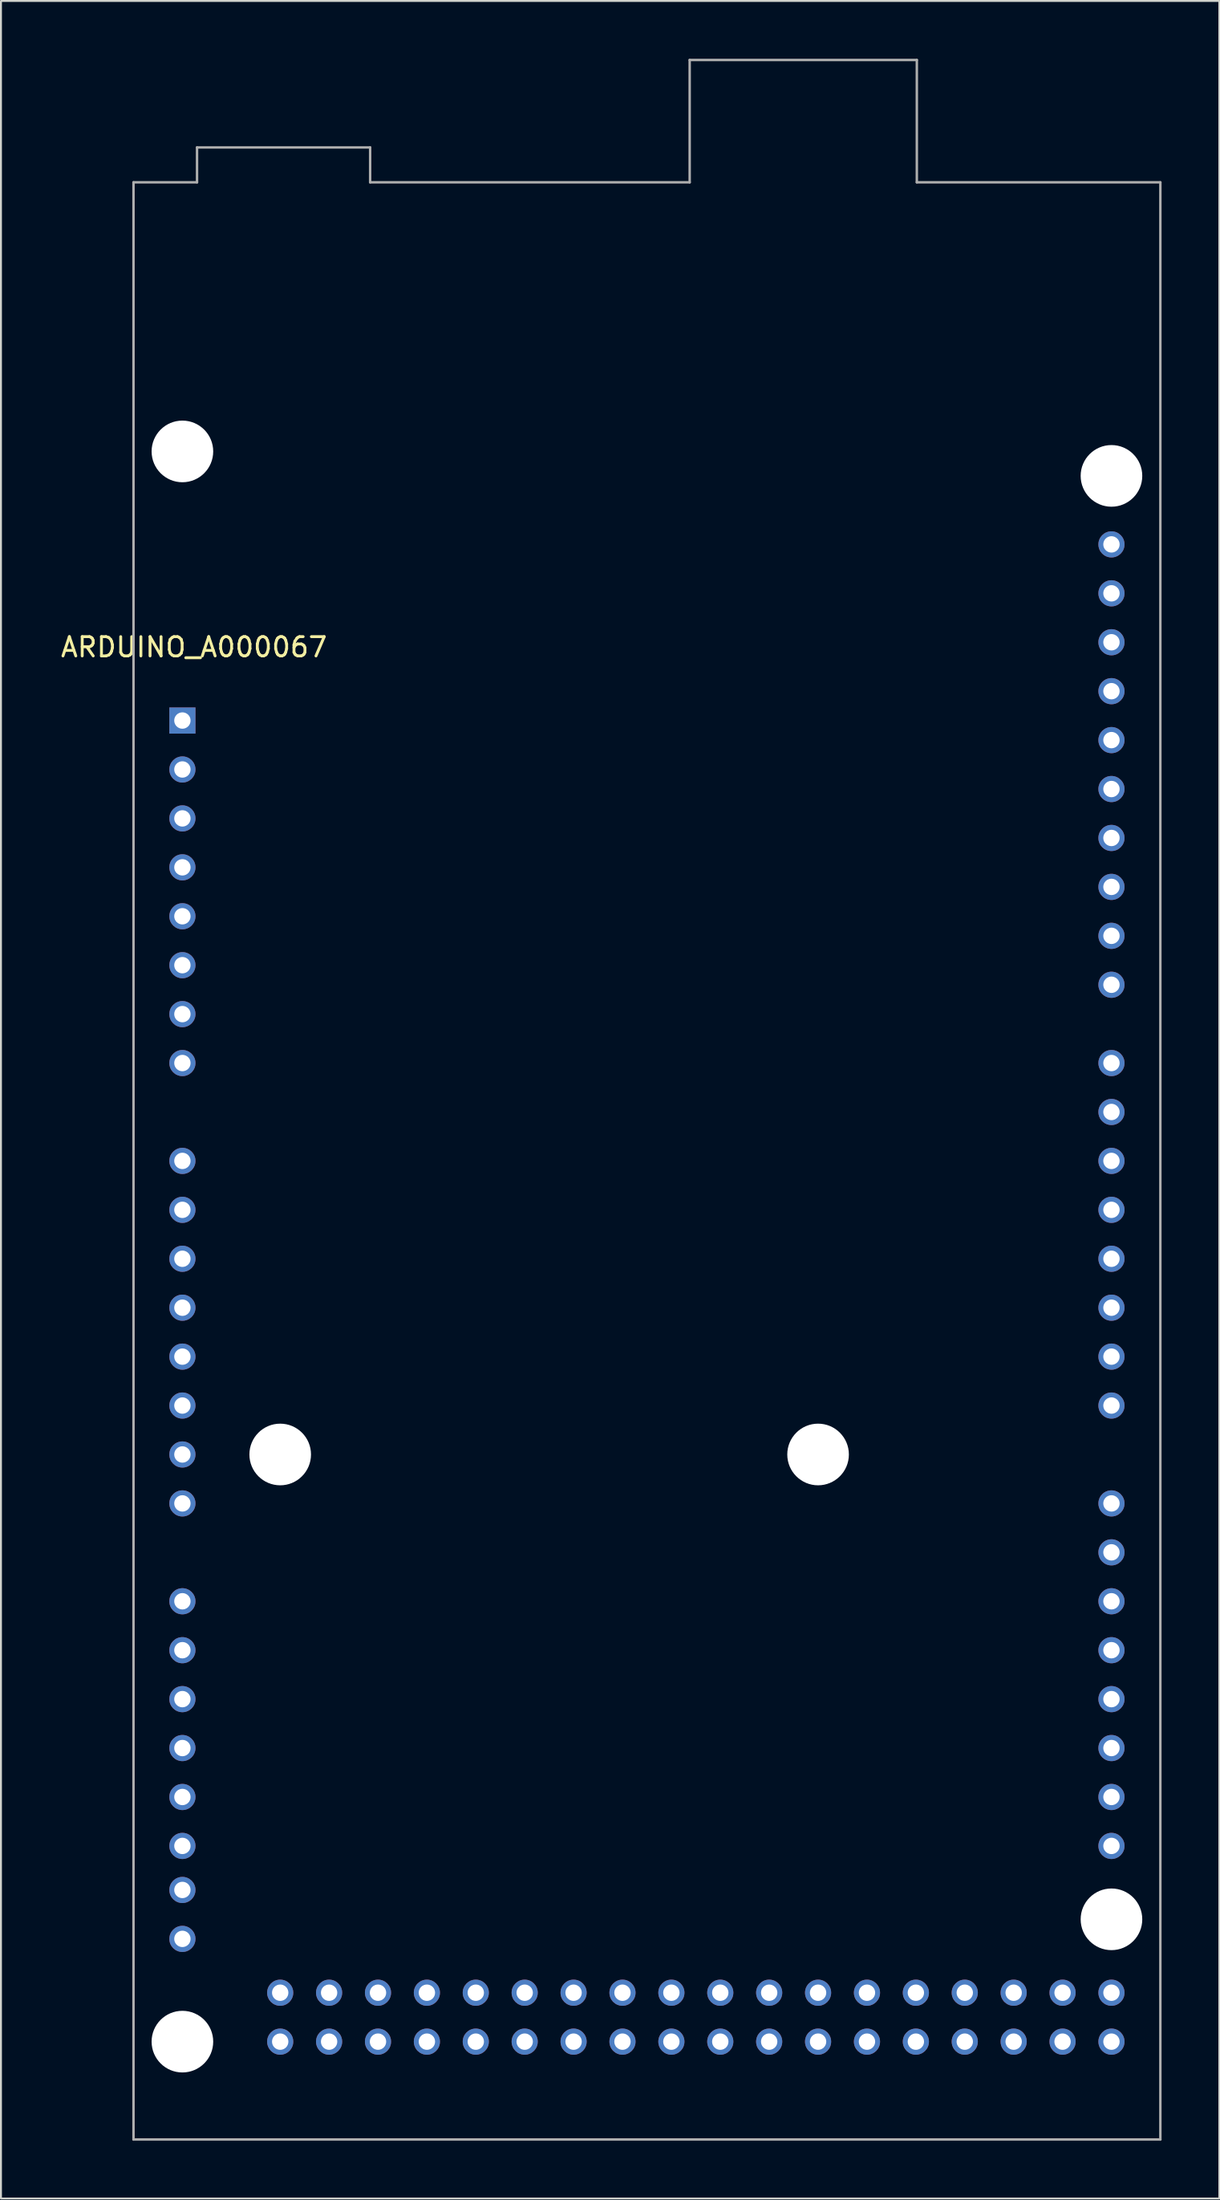
<source format=kicad_pcb>
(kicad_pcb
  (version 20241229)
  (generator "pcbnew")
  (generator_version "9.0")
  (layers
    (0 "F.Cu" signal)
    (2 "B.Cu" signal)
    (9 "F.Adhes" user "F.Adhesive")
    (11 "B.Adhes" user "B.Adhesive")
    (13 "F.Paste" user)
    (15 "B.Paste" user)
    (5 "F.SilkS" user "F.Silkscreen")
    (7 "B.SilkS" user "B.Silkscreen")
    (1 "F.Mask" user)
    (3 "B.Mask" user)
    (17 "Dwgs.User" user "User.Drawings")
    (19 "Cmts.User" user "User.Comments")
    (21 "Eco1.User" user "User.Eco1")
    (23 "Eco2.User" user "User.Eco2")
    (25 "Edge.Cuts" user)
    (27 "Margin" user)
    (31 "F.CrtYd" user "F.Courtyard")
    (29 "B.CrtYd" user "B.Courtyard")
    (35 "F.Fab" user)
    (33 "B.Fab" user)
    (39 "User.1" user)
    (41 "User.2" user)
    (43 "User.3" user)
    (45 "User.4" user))
  (footprint "ARDUINO_A000067"
    (layer "F.Cu")
    (at 30.555 57.214)
    (property "Reference" "ARDUINO_A000067" (at -23.525 -26.67 0) (layer "F.SilkS") (effects (font (size 1 1) (thickness 0.15))))
    (attr through_hole)
    (fp_line (start -26.67 -50.8) (end -23.37 -50.8) (stroke (width 0.127) (type solid)) (layer "F.Fab"))
    (fp_line (start -26.67 50.8) (end -26.67 -50.8) (stroke (width 0.127) (type solid)) (layer "F.Fab"))
    (fp_line (start -23.37 -52.61) (end -14.378 -52.61) (stroke (width 0.127) (type solid)) (layer "F.Fab"))
    (fp_line (start -23.37 -50.8) (end -23.37 -52.61) (stroke (width 0.127) (type solid)) (layer "F.Fab"))
    (fp_line (start -14.378 -52.61) (end -14.378 -50.8) (stroke (width 0.127) (type solid)) (layer "F.Fab"))
    (fp_line (start -14.378 -50.8) (end 2.22 -50.8) (stroke (width 0.127) (type solid)) (layer "F.Fab"))
    (fp_line (start 2.22 -57.15) (end 2.22 -50.8) (stroke (width 0.127) (type solid)) (layer "F.Fab"))
    (fp_line (start 14.02 -57.15) (end 2.22 -57.15) (stroke (width 0.127) (type solid)) (layer "F.Fab"))
    (fp_line (start 14.02 -50.8) (end 14.02 -57.15) (stroke (width 0.127) (type solid)) (layer "F.Fab"))
    (fp_line (start 14.02 -50.8) (end 26.67 -50.8) (stroke (width 0.127) (type solid)) (layer "F.Fab"))
    (fp_line (start 26.67 -50.8) (end 26.67 50.8) (stroke (width 0.127) (type solid)) (layer "F.Fab"))
    (fp_line (start 26.67 50.8) (end -26.67 50.8) (stroke (width 0.127) (type solid)) (layer "F.Fab"))
    (pad "" np_thru_hole circle (at -24.13 -36.83) (size 3.2 3.2) (drill 3.2) (layers "*.Cu" "*.Mask"))
    (pad "" np_thru_hole circle (at -24.13 45.72) (size 3.2 3.2) (drill 3.2) (layers "*.Cu" "*.Mask"))
    (pad "" np_thru_hole circle (at -19.05 15.24) (size 3.2 3.2) (drill 3.2) (layers "*.Cu" "*.Mask"))
    (pad "" np_thru_hole circle (at 8.89 15.24) (size 3.2 3.2) (drill 3.2) (layers "*.Cu" "*.Mask"))
    (pad "" np_thru_hole circle (at 24.13 -35.56) (size 3.2 3.2) (drill 3.2) (layers "*.Cu" "*.Mask"))
    (pad "" np_thru_hole circle (at 24.13 39.37) (size 3.2 3.2) (drill 3.2) (layers "*.Cu" "*.Mask"))
    (pad "0" thru_hole circle (at 24.13 12.7) (size 1.358 1.358) (drill 0.85) (layers "*.Cu" "*.Mask"))
    (pad "1" thru_hole circle (at 24.13 10.16) (size 1.358 1.358) (drill 0.85) (layers "*.Cu" "*.Mask"))
    (pad "2" thru_hole circle (at 24.13 7.62) (size 1.358 1.358) (drill 0.85) (layers "*.Cu" "*.Mask"))
    (pad "3" thru_hole circle (at 24.13 5.08) (size 1.358 1.358) (drill 0.85) (layers "*.Cu" "*.Mask"))
    (pad "3V3" thru_hole circle (at -24.13 -15.24) (size 1.358 1.358) (drill 0.85) (layers "*.Cu" "*.Mask"))
    (pad "4" thru_hole circle (at 24.13 2.54) (size 1.358 1.358) (drill 0.85) (layers "*.Cu" "*.Mask"))
    (pad "5" thru_hole circle (at 24.13 0) (size 1.358 1.358) (drill 0.85) (layers "*.Cu" "*.Mask"))
    (pad "5V_1" thru_hole circle (at -24.13 -12.7) (size 1.358 1.358) (drill 0.85) (layers "*.Cu" "*.Mask"))
    (pad "5V_2" thru_hole circle (at 24.13 43.18) (size 1.358 1.358) (drill 0.85) (layers "*.Cu" "*.Mask"))
    (pad "5V_3" thru_hole circle (at 24.13 45.72) (size 1.358 1.358) (drill 0.85) (layers "*.Cu" "*.Mask"))
    (pad "6" thru_hole circle (at 24.13 -2.54) (size 1.358 1.358) (drill 0.85) (layers "*.Cu" "*.Mask"))
    (pad "7" thru_hole circle (at 24.13 -5.08) (size 1.358 1.358) (drill 0.85) (layers "*.Cu" "*.Mask"))
    (pad "8" thru_hole circle (at 24.13 -9.144) (size 1.358 1.358) (drill 0.85) (layers "*.Cu" "*.Mask"))
    (pad "9" thru_hole circle (at 24.13 -11.684) (size 1.358 1.358) (drill 0.85) (layers "*.Cu" "*.Mask"))
    (pad "10" thru_hole circle (at 24.13 -14.224) (size 1.358 1.358) (drill 0.85) (layers "*.Cu" "*.Mask"))
    (pad "11" thru_hole circle (at 24.13 -16.764) (size 1.358 1.358) (drill 0.85) (layers "*.Cu" "*.Mask"))
    (pad "12" thru_hole circle (at 24.13 -19.304) (size 1.358 1.358) (drill 0.85) (layers "*.Cu" "*.Mask"))
    (pad "13" thru_hole circle (at 24.13 -21.844) (size 1.358 1.358) (drill 0.85) (layers "*.Cu" "*.Mask"))
    (pad "14" thru_hole circle (at 24.13 17.78) (size 1.358 1.358) (drill 0.85) (layers "*.Cu" "*.Mask"))
    (pad "15" thru_hole circle (at 24.13 20.32) (size 1.358 1.358) (drill 0.85) (layers "*.Cu" "*.Mask"))
    (pad "16" thru_hole circle (at 24.13 22.86) (size 1.358 1.358) (drill 0.85) (layers "*.Cu" "*.Mask"))
    (pad "17" thru_hole circle (at 24.13 25.4) (size 1.358 1.358) (drill 0.85) (layers "*.Cu" "*.Mask"))
    (pad "18" thru_hole circle (at 24.13 27.94) (size 1.358 1.358) (drill 0.85) (layers "*.Cu" "*.Mask"))
    (pad "19" thru_hole circle (at 24.13 30.48) (size 1.358 1.358) (drill 0.85) (layers "*.Cu" "*.Mask"))
    (pad "20" thru_hole circle (at 24.13 33.02) (size 1.358 1.358) (drill 0.85) (layers "*.Cu" "*.Mask"))
    (pad "21" thru_hole circle (at 24.13 35.56) (size 1.358 1.358) (drill 0.85) (layers "*.Cu" "*.Mask"))
    (pad "22" thru_hole circle (at 21.59 43.18) (size 1.358 1.358) (drill 0.85) (layers "*.Cu" "*.Mask"))
    (pad "23" thru_hole circle (at 21.59 45.72) (size 1.358 1.358) (drill 0.85) (layers "*.Cu" "*.Mask"))
    (pad "24" thru_hole circle (at 19.05 43.18) (size 1.358 1.358) (drill 0.85) (layers "*.Cu" "*.Mask"))
    (pad "25" thru_hole circle (at 19.05 45.72) (size 1.358 1.358) (drill 0.85) (layers "*.Cu" "*.Mask"))
    (pad "26" thru_hole circle (at 16.51 43.18) (size 1.358 1.358) (drill 0.85) (layers "*.Cu" "*.Mask"))
    (pad "27" thru_hole circle (at 16.51 45.72) (size 1.358 1.358) (drill 0.85) (layers "*.Cu" "*.Mask"))
    (pad "28" thru_hole circle (at 13.97 43.18) (size 1.358 1.358) (drill 0.85) (layers "*.Cu" "*.Mask"))
    (pad "29" thru_hole circle (at 13.97 45.72) (size 1.358 1.358) (drill 0.85) (layers "*.Cu" "*.Mask"))
    (pad "30" thru_hole circle (at 11.43 43.18) (size 1.358 1.358) (drill 0.85) (layers "*.Cu" "*.Mask"))
    (pad "31" thru_hole circle (at 11.43 45.72) (size 1.358 1.358) (drill 0.85) (layers "*.Cu" "*.Mask"))
    (pad "32" thru_hole circle (at 8.89 43.18) (size 1.358 1.358) (drill 0.85) (layers "*.Cu" "*.Mask"))
    (pad "33" thru_hole circle (at 8.89 45.72) (size 1.358 1.358) (drill 0.85) (layers "*.Cu" "*.Mask"))
    (pad "34" thru_hole circle (at 6.35 43.18) (size 1.358 1.358) (drill 0.85) (layers "*.Cu" "*.Mask"))
    (pad "35" thru_hole circle (at 6.35 45.72) (size 1.358 1.358) (drill 0.85) (layers "*.Cu" "*.Mask"))
    (pad "36" thru_hole circle (at 3.81 43.18) (size 1.358 1.358) (drill 0.85) (layers "*.Cu" "*.Mask"))
    (pad "37" thru_hole circle (at 3.81 45.72) (size 1.358 1.358) (drill 0.85) (layers "*.Cu" "*.Mask"))
    (pad "38" thru_hole circle (at 1.27 43.18) (size 1.358 1.358) (drill 0.85) (layers "*.Cu" "*.Mask"))
    (pad "39" thru_hole circle (at 1.27 45.72) (size 1.358 1.358) (drill 0.85) (layers "*.Cu" "*.Mask"))
    (pad "40" thru_hole circle (at -1.27 43.18) (size 1.358 1.358) (drill 0.85) (layers "*.Cu" "*.Mask"))
    (pad "41" thru_hole circle (at -1.27 45.72) (size 1.358 1.358) (drill 0.85) (layers "*.Cu" "*.Mask"))
    (pad "42" thru_hole circle (at -3.81 43.18) (size 1.358 1.358) (drill 0.85) (layers "*.Cu" "*.Mask"))
    (pad "43" thru_hole circle (at -3.81 45.72) (size 1.358 1.358) (drill 0.85) (layers "*.Cu" "*.Mask"))
    (pad "44" thru_hole circle (at -6.35 43.18) (size 1.358 1.358) (drill 0.85) (layers "*.Cu" "*.Mask"))
    (pad "45" thru_hole circle (at -6.35 45.72) (size 1.358 1.358) (drill 0.85) (layers "*.Cu" "*.Mask"))
    (pad "46" thru_hole circle (at -8.89 43.18) (size 1.358 1.358) (drill 0.85) (layers "*.Cu" "*.Mask"))
    (pad "47" thru_hole circle (at -8.89 45.72) (size 1.358 1.358) (drill 0.85) (layers "*.Cu" "*.Mask"))
    (pad "48" thru_hole circle (at -11.43 43.18) (size 1.358 1.358) (drill 0.85) (layers "*.Cu" "*.Mask"))
    (pad "49" thru_hole circle (at -11.43 45.72) (size 1.358 1.358) (drill 0.85) (layers "*.Cu" "*.Mask"))
    (pad "50" thru_hole circle (at -13.97 43.18) (size 1.358 1.358) (drill 0.85) (layers "*.Cu" "*.Mask"))
    (pad "51" thru_hole circle (at -13.97 45.72) (size 1.358 1.358) (drill 0.85) (layers "*.Cu" "*.Mask"))
    (pad "52" thru_hole circle (at -16.51 43.18) (size 1.358 1.358) (drill 0.85) (layers "*.Cu" "*.Mask"))
    (pad "53" thru_hole circle (at -16.51 45.72) (size 1.358 1.358) (drill 0.85) (layers "*.Cu" "*.Mask"))
    (pad "AD0" thru_hole circle (at -24.13 0) (size 1.358 1.358) (drill 0.85) (layers "*.Cu" "*.Mask"))
    (pad "AD1" thru_hole circle (at -24.13 2.54) (size 1.358 1.358) (drill 0.85) (layers "*.Cu" "*.Mask"))
    (pad "AD2" thru_hole circle (at -24.13 5.08) (size 1.358 1.358) (drill 0.85) (layers "*.Cu" "*.Mask"))
    (pad "AD3" thru_hole circle (at -24.13 7.62) (size 1.358 1.358) (drill 0.85) (layers "*.Cu" "*.Mask"))
    (pad "AD4" thru_hole circle (at -24.13 10.16) (size 1.358 1.358) (drill 0.85) (layers "*.Cu" "*.Mask"))
    (pad "AD5" thru_hole circle (at -24.13 12.7) (size 1.358 1.358) (drill 0.85) (layers "*.Cu" "*.Mask"))
    (pad "AD6" thru_hole circle (at -24.13 15.24) (size 1.358 1.358) (drill 0.85) (layers "*.Cu" "*.Mask"))
    (pad "AD7" thru_hole circle (at -24.13 17.78) (size 1.358 1.358) (drill 0.85) (layers "*.Cu" "*.Mask"))
    (pad "AD8" thru_hole circle (at -24.13 22.86) (size 1.358 1.358) (drill 0.85) (layers "*.Cu" "*.Mask"))
    (pad "AD9" thru_hole circle (at -24.13 25.4) (size 1.358 1.358) (drill 0.85) (layers "*.Cu" "*.Mask"))
    (pad "AD10" thru_hole circle (at -24.13 27.94) (size 1.358 1.358) (drill 0.85) (layers "*.Cu" "*.Mask"))
    (pad "AD11" thru_hole circle (at -24.13 30.48) (size 1.358 1.358) (drill 0.85) (layers "*.Cu" "*.Mask"))
    (pad "AD12" thru_hole circle (at -24.13 33.02) (size 1.358 1.358) (drill 0.85) (layers "*.Cu" "*.Mask"))
    (pad "AD13" thru_hole circle (at -24.13 35.56) (size 1.358 1.358) (drill 0.85) (layers "*.Cu" "*.Mask"))
    (pad "AD14" thru_hole circle (at -24.13 37.846) (size 1.358 1.358) (drill 0.85) (layers "*.Cu" "*.Mask"))
    (pad "AD15" thru_hole circle (at -24.13 40.386) (size 1.358 1.358) (drill 0.85) (layers "*.Cu" "*.Mask"))
    (pad "AREF" thru_hole circle (at 24.13 -26.924) (size 1.358 1.358) (drill 0.85) (layers "*.Cu" "*.Mask"))
    (pad "GND1" thru_hole circle (at -24.13 -10.16) (size 1.358 1.358) (drill 0.85) (layers "*.Cu" "*.Mask"))
    (pad "GND2" thru_hole circle (at -24.13 -7.62) (size 1.358 1.358) (drill 0.85) (layers "*.Cu" "*.Mask"))
    (pad "GND3" thru_hole circle (at 24.13 -24.384) (size 1.358 1.358) (drill 0.85) (layers "*.Cu" "*.Mask"))
    (pad "GND4" thru_hole circle (at -19.05 43.18) (size 1.358 1.358) (drill 0.85) (layers "*.Cu" "*.Mask"))
    (pad "GND5" thru_hole circle (at -19.05 45.72) (size 1.358 1.358) (drill 0.85) (layers "*.Cu" "*.Mask"))
    (pad "IOREF" thru_hole circle (at -24.13 -20.32) (size 1.358 1.358) (drill 0.85) (layers "*.Cu" "*.Mask"))
    (pad "NC" thru_hole rect (at -24.13 -22.86) (size 1.358 1.358) (drill 0.85) (layers "*.Cu" "*.Mask"))
    (pad "RESET" thru_hole circle (at -24.13 -17.78) (size 1.358 1.358) (drill 0.85) (layers "*.Cu" "*.Mask"))
    (pad "SCL" thru_hole circle (at 24.13 -32.004) (size 1.358 1.358) (drill 0.85) (layers "*.Cu" "*.Mask"))
    (pad "SDA" thru_hole circle (at 24.13 -29.464) (size 1.358 1.358) (drill 0.85) (layers "*.Cu" "*.Mask"))
    (pad "VIN" thru_hole circle (at -24.13 -5.08) (size 1.358 1.358) (drill 0.85) (layers "*.Cu" "*.Mask")))
  (gr_rect
    (start -3 -3)
    (end 60.288 111.077)
    (stroke (width 0.1) (type default))
    (fill no)
    (layer "Edge.Cuts")))
</source>
